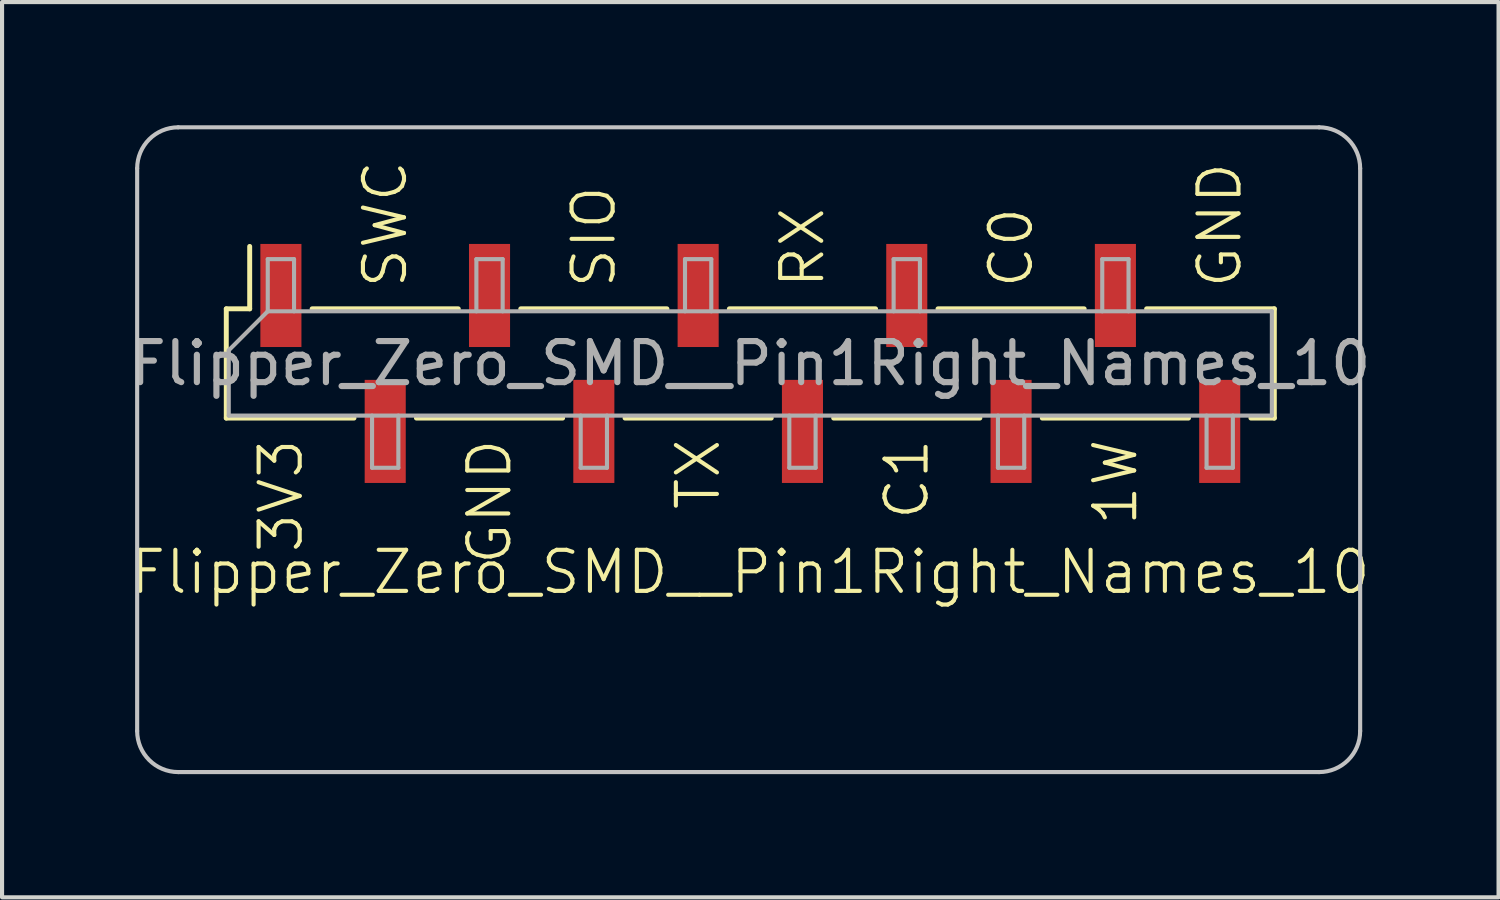
<source format=kicad_pcb>
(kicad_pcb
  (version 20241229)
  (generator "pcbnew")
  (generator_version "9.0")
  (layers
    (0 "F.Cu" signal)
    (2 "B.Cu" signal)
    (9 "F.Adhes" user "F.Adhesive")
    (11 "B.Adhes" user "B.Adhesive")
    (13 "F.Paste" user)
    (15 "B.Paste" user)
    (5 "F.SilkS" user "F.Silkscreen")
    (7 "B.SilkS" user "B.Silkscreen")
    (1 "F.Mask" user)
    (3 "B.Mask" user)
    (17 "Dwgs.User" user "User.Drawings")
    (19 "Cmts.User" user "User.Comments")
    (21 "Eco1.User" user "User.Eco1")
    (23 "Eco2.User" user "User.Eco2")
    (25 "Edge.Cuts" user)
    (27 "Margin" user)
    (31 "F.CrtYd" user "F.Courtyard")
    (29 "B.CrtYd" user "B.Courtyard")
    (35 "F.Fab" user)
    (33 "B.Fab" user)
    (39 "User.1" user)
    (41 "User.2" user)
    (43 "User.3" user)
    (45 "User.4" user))
  (footprint "Flipper_Zero_SMD__Pin1Right_Names_10"
    (layer "F.Cu")
    (at 3.79 5.8)
    (property "Reference" "Flipper_Zero_SMD__Pin1Right_Names_10" (at 11.43 5.08 0) (unlocked yes) (layer "F.SilkS") (effects (font (size 1 1) (thickness 0.1))))
    (attr smd)
    (fp_line (start -1.33 -1.33) (end -0.76 -1.33) (stroke (width 0.12) (type solid)) (layer "F.SilkS"))
    (fp_line (start -1.33 1.33) (end -1.33 -1.33) (stroke (width 0.12) (type solid)) (layer "F.SilkS"))
    (fp_line (start -1.33 1.33) (end 1.78 1.33) (stroke (width 0.12) (type solid)) (layer "F.SilkS"))
    (fp_line (start -0.76 -1.33) (end -0.76 -2.85) (stroke (width 0.12) (type solid)) (layer "F.SilkS"))
    (fp_line (start 0.76 -1.33) (end 4.32 -1.33) (stroke (width 0.12) (type solid)) (layer "F.SilkS"))
    (fp_line (start 3.3 1.33) (end 6.86 1.33) (stroke (width 0.12) (type solid)) (layer "F.SilkS"))
    (fp_line (start 5.84 -1.33) (end 9.4 -1.33) (stroke (width 0.12) (type solid)) (layer "F.SilkS"))
    (fp_line (start 8.38 1.33) (end 11.94 1.33) (stroke (width 0.12) (type solid)) (layer "F.SilkS"))
    (fp_line (start 10.92 -1.33) (end 14.48 -1.33) (stroke (width 0.12) (type solid)) (layer "F.SilkS"))
    (fp_line (start 13.46 1.33) (end 17.02 1.33) (stroke (width 0.12) (type solid)) (layer "F.SilkS"))
    (fp_line (start 16 -1.33) (end 19.56 -1.33) (stroke (width 0.12) (type solid)) (layer "F.SilkS"))
    (fp_line (start 18.54 1.33) (end 22.1 1.33) (stroke (width 0.12) (type solid)) (layer "F.SilkS"))
    (fp_line (start 21.08 -1.33) (end 24.19 -1.33) (stroke (width 0.12) (type solid)) (layer "F.SilkS"))
    (fp_line (start 23.62 1.33) (end 24.19 1.33) (stroke (width 0.12) (type solid)) (layer "F.SilkS"))
    (fp_line (start 24.19 1.33) (end 24.19 -1.33) (stroke (width 0.12) (type solid)) (layer "F.SilkS"))
    (fp_line (start -3.5 8.95) (end -3.5 -4.75) (stroke (width 0.1) (type default)) (layer "Dwgs.User"))
    (fp_line (start -2.5 -5.75) (end 25.28 -5.75) (stroke (width 0.1) (type default)) (layer "Dwgs.User"))
    (fp_line (start -2.5 9.95) (end 25.28 9.95) (stroke (width 0.1) (type default)) (layer "Dwgs.User"))
    (fp_line (start 26.28 8.95) (end 26.28 -4.75) (stroke (width 0.1) (type default)) (layer "Dwgs.User"))
    (fp_arc (start -3.5 -4.75) (mid -3.207107 -5.457106) (end -2.5 -5.75) (stroke (width 0.1) (type default)) (layer "Dwgs.User"))
    (fp_arc (start -2.5 9.95) (mid -3.207106 9.657107) (end -3.5 8.95) (stroke (width 0.1) (type default)) (layer "Dwgs.User"))
    (fp_arc (start 25.28 -5.75) (mid 25.987106 -5.457107) (end 26.28 -4.75) (stroke (width 0.1) (type default)) (layer "Dwgs.User"))
    (fp_arc (start 26.28 8.95) (mid 25.987107 9.657106) (end 25.28 9.95) (stroke (width 0.1) (type default)) (layer "Dwgs.User"))
    (fp_line (start -1.27 1.27) (end -1.27 -0.32) (stroke (width 0.1) (type solid)) (layer "F.Fab"))
    (fp_line (start -1.27 1.27) (end 24.13 1.27) (stroke (width 0.1) (type solid)) (layer "F.Fab"))
    (fp_line (start -0.32 -2.54) (end 0.32 -2.54) (stroke (width 0.1) (type solid)) (layer "F.Fab"))
    (fp_line (start -0.32 -1.27) (end -1.27 -0.32) (stroke (width 0.1) (type solid)) (layer "F.Fab"))
    (fp_line (start -0.32 -1.27) (end -0.32 -2.54) (stroke (width 0.1) (type solid)) (layer "F.Fab"))
    (fp_line (start 0.32 -2.54) (end 0.32 -1.27) (stroke (width 0.1) (type solid)) (layer "F.Fab"))
    (fp_line (start 2.22 1.27) (end 2.22 2.54) (stroke (width 0.1) (type solid)) (layer "F.Fab"))
    (fp_line (start 2.22 2.54) (end 2.86 2.54) (stroke (width 0.1) (type solid)) (layer "F.Fab"))
    (fp_line (start 2.86 2.54) (end 2.86 1.27) (stroke (width 0.1) (type solid)) (layer "F.Fab"))
    (fp_line (start 4.76 -2.54) (end 5.4 -2.54) (stroke (width 0.1) (type solid)) (layer "F.Fab"))
    (fp_line (start 4.76 -1.27) (end 4.76 -2.54) (stroke (width 0.1) (type solid)) (layer "F.Fab"))
    (fp_line (start 5.4 -2.54) (end 5.4 -1.27) (stroke (width 0.1) (type solid)) (layer "F.Fab"))
    (fp_line (start 7.3 1.27) (end 7.3 2.54) (stroke (width 0.1) (type solid)) (layer "F.Fab"))
    (fp_line (start 7.3 2.54) (end 7.94 2.54) (stroke (width 0.1) (type solid)) (layer "F.Fab"))
    (fp_line (start 7.94 2.54) (end 7.94 1.27) (stroke (width 0.1) (type solid)) (layer "F.Fab"))
    (fp_line (start 9.84 -2.54) (end 10.48 -2.54) (stroke (width 0.1) (type solid)) (layer "F.Fab"))
    (fp_line (start 9.84 -1.27) (end 9.84 -2.54) (stroke (width 0.1) (type solid)) (layer "F.Fab"))
    (fp_line (start 10.48 -2.54) (end 10.48 -1.27) (stroke (width 0.1) (type solid)) (layer "F.Fab"))
    (fp_line (start 12.38 1.27) (end 12.38 2.54) (stroke (width 0.1) (type solid)) (layer "F.Fab"))
    (fp_line (start 12.38 2.54) (end 13.02 2.54) (stroke (width 0.1) (type solid)) (layer "F.Fab"))
    (fp_line (start 13.02 2.54) (end 13.02 1.27) (stroke (width 0.1) (type solid)) (layer "F.Fab"))
    (fp_line (start 14.92 -2.54) (end 15.56 -2.54) (stroke (width 0.1) (type solid)) (layer "F.Fab"))
    (fp_line (start 14.92 -1.27) (end 14.92 -2.54) (stroke (width 0.1) (type solid)) (layer "F.Fab"))
    (fp_line (start 15.56 -2.54) (end 15.56 -1.27) (stroke (width 0.1) (type solid)) (layer "F.Fab"))
    (fp_line (start 17.46 1.27) (end 17.46 2.54) (stroke (width 0.1) (type solid)) (layer "F.Fab"))
    (fp_line (start 17.46 2.54) (end 18.1 2.54) (stroke (width 0.1) (type solid)) (layer "F.Fab"))
    (fp_line (start 18.1 2.54) (end 18.1 1.27) (stroke (width 0.1) (type solid)) (layer "F.Fab"))
    (fp_line (start 20 -2.54) (end 20.64 -2.54) (stroke (width 0.1) (type solid)) (layer "F.Fab"))
    (fp_line (start 20 -1.27) (end 20 -2.54) (stroke (width 0.1) (type solid)) (layer "F.Fab"))
    (fp_line (start 20.64 -2.54) (end 20.64 -1.27) (stroke (width 0.1) (type solid)) (layer "F.Fab"))
    (fp_line (start 22.54 1.27) (end 22.54 2.54) (stroke (width 0.1) (type solid)) (layer "F.Fab"))
    (fp_line (start 22.54 2.54) (end 23.18 2.54) (stroke (width 0.1) (type solid)) (layer "F.Fab"))
    (fp_line (start 23.18 2.54) (end 23.18 1.27) (stroke (width 0.1) (type solid)) (layer "F.Fab"))
    (fp_line (start 24.13 -1.27) (end -0.32 -1.27) (stroke (width 0.1) (type solid)) (layer "F.Fab"))
    (fp_line (start 24.13 -1.27) (end 24.13 1.27) (stroke (width 0.1) (type solid)) (layer "F.Fab"))
    (fp_text user "GND" (at 5.08 1.778 90) (unlocked yes) (layer "F.SilkS") (effects (font (size 1 1) (thickness 0.1)) (justify right)))
    (fp_text user "C0" (at 17.78 -1.778 90) (unlocked yes) (layer "F.SilkS") (effects (font (size 1 1) (thickness 0.1)) (justify left)))
    (fp_text user "SIO" (at 7.62 -1.778 90) (unlocked yes) (layer "F.SilkS") (effects (font (size 1 1) (thickness 0.1)) (justify left)))
    (fp_text user "SWC" (at 2.54 -1.778 90) (unlocked yes) (layer "F.SilkS") (effects (font (size 1 1) (thickness 0.1)) (justify left)))
    (fp_text user "1W" (at 20.32 1.778 90) (unlocked yes) (layer "F.SilkS") (effects (font (size 1 1) (thickness 0.1)) (justify right)))
    (fp_text user "TX" (at 10.16 1.778 90) (unlocked yes) (layer "F.SilkS") (effects (font (size 1 1) (thickness 0.1)) (justify right)))
    (fp_text user "RX" (at 12.7 -1.778 90) (unlocked yes) (layer "F.SilkS") (effects (font (size 1 1) (thickness 0.1)) (justify left)))
    (fp_text user "3V3" (at 0 1.778 90) (unlocked yes) (layer "F.SilkS") (effects (font (size 1 1) (thickness 0.1)) (justify right)))
    (fp_text user "GND" (at 22.86 -1.778 90) (unlocked yes) (layer "F.SilkS") (effects (font (size 1 1) (thickness 0.1)) (justify left)))
    (fp_text user "C1" (at 15.24 1.778 90) (unlocked yes) (layer "F.SilkS") (effects (font (size 1 1) (thickness 0.1)) (justify right)))
    (fp_text user "${REFERENCE}" (at 11.43 0 180) (layer "F.Fab") (effects (font (size 1 1) (thickness 0.15))))
    (pad "9" smd rect (at 0 -1.655 90) (size 2.51 1) (layers "F.Cu" "F.Mask" "F.Paste"))
    (pad "10" smd rect (at 2.54 1.655 90) (size 2.51 1) (layers "F.Cu" "F.Mask" "F.Paste"))
    (pad "11" smd rect (at 5.08 -1.655 90) (size 2.51 1) (layers "F.Cu" "F.Mask" "F.Paste"))
    (pad "12" smd rect (at 7.62 1.655 90) (size 2.51 1) (layers "F.Cu" "F.Mask" "F.Paste"))
    (pad "13" smd rect (at 10.16 -1.655 90) (size 2.51 1) (layers "F.Cu" "F.Mask" "F.Paste"))
    (pad "14" smd rect (at 12.7 1.655 90) (size 2.51 1) (layers "F.Cu" "F.Mask" "F.Paste"))
    (pad "15" smd rect (at 15.24 -1.655 90) (size 2.51 1) (layers "F.Cu" "F.Mask" "F.Paste"))
    (pad "16" smd rect (at 17.78 1.655 90) (size 2.51 1) (layers "F.Cu" "F.Mask" "F.Paste"))
    (pad "17" smd rect (at 20.32 -1.655 90) (size 2.51 1) (layers "F.Cu" "F.Mask" "F.Paste"))
    (pad "18" smd rect (at 22.86 1.655 90) (size 2.51 1) (layers "F.Cu" "F.Mask" "F.Paste")))
  (gr_rect
    (start -3 -3)
    (end 33.44 18.8)
    (stroke (width 0.1) (type default))
    (fill no)
    (layer "Edge.Cuts")))
</source>
